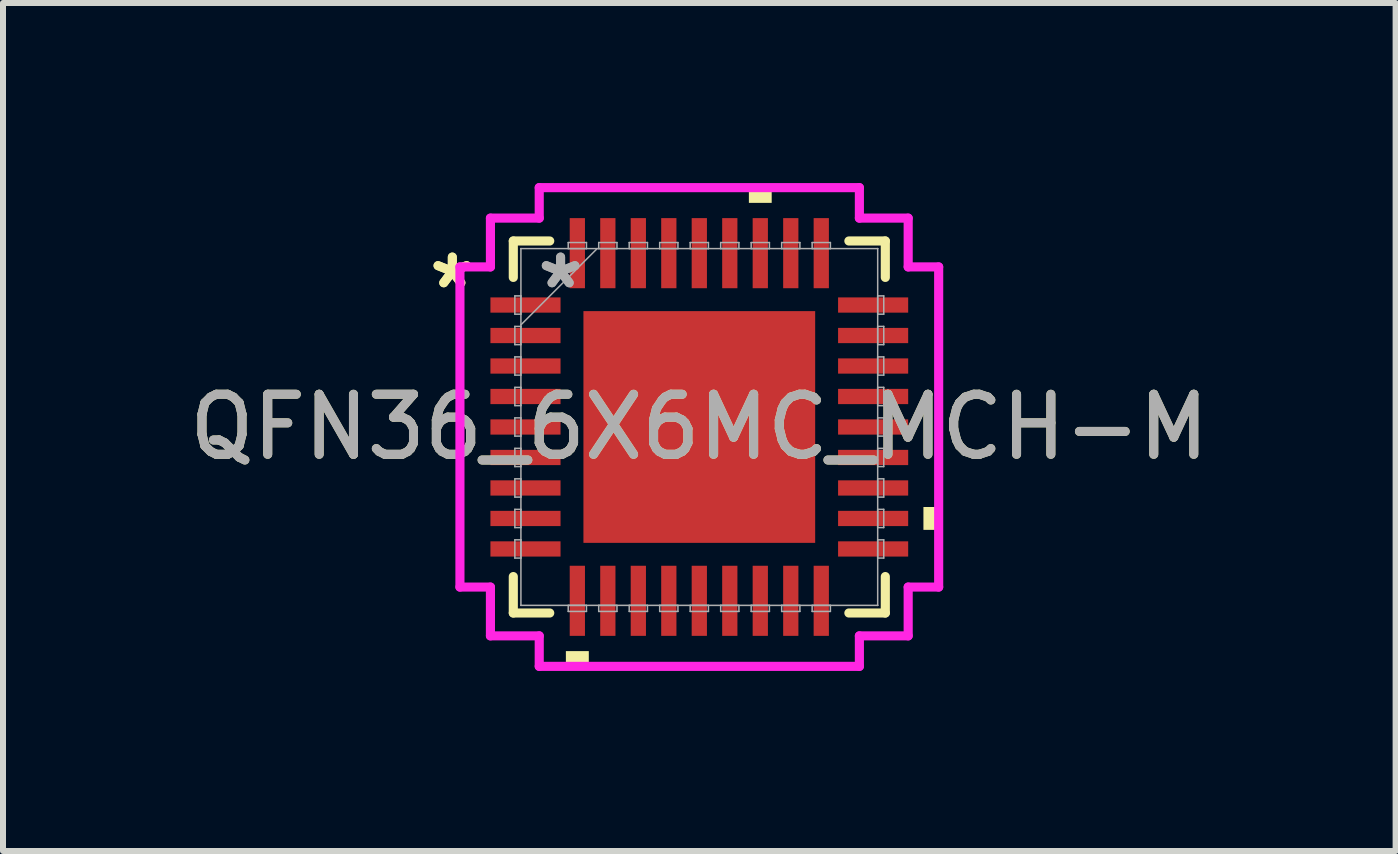
<source format=kicad_pcb>
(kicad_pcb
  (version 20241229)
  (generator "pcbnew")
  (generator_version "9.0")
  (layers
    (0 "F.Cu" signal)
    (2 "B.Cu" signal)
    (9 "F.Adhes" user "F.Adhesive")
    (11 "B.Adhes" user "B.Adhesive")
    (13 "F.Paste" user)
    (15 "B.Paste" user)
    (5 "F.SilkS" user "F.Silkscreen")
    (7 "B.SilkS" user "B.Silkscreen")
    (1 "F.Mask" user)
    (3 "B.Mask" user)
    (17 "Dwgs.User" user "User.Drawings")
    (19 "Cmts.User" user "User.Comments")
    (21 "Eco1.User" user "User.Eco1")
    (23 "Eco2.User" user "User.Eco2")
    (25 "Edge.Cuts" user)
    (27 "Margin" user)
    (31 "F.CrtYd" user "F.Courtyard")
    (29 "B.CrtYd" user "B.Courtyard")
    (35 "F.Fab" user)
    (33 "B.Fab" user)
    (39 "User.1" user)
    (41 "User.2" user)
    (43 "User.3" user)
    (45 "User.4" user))
  (footprint "QFN36_6X6MC_MCH-M"
    (layer "F.Cu")
    (at 8.601 4.064)
    (property "Reference" "QFN36_6X6MC_MCH-M" (at 0 0 0) (unlocked yes) (layer "F.SilkS") (effects (font (size 1 1) (thickness 0.15))))
    (attr smd)
    (fp_poly (pts (xy -1.994 -1.994) (xy -1.381 -1.994) (xy -1.381 1.994) (xy -1.994 1.994)) (stroke (width 0) (type solid)) (fill yes) (layer "F.Mask"))
    (fp_poly (pts (xy -1.994 -1.994) (xy 1.994 -1.994) (xy 1.994 -1.381) (xy -1.994 -1.381)) (stroke (width 0) (type solid)) (fill yes) (layer "F.Mask"))
    (fp_poly (pts (xy -1.994 -0.981) (xy 1.994 -0.981) (xy 1.994 -0.594) (xy -1.994 -0.594)) (stroke (width 0) (type solid)) (fill yes) (layer "F.Mask"))
    (fp_poly (pts (xy -1.994 -0.194) (xy 1.994 -0.194) (xy 1.994 0.194) (xy -1.994 0.194)) (stroke (width 0) (type solid)) (fill yes) (layer "F.Mask"))
    (fp_poly (pts (xy -1.994 0.594) (xy 1.994 0.594) (xy 1.994 0.981) (xy -1.994 0.981)) (stroke (width 0) (type solid)) (fill yes) (layer "F.Mask"))
    (fp_poly (pts (xy -1.994 1.381) (xy 1.994 1.381) (xy 1.994 1.994) (xy -1.994 1.994)) (stroke (width 0) (type solid)) (fill yes) (layer "F.Mask"))
    (fp_poly (pts (xy -0.594 -1.994) (xy -0.981 -1.994) (xy -0.981 1.994) (xy -0.594 1.994)) (stroke (width 0) (type solid)) (fill yes) (layer "F.Mask"))
    (fp_poly (pts (xy 0.194 -1.994) (xy -0.194 -1.994) (xy -0.194 1.994) (xy 0.194 1.994)) (stroke (width 0) (type solid)) (fill yes) (layer "F.Mask"))
    (fp_poly (pts (xy 0.981 -1.994) (xy 0.594 -1.994) (xy 0.594 1.994) (xy 0.981 1.994)) (stroke (width 0) (type solid)) (fill yes) (layer "F.Mask"))
    (fp_poly (pts (xy 1.381 -1.994) (xy 1.994 -1.994) (xy 1.994 1.994) (xy 1.381 1.994)) (stroke (width 0) (type solid)) (fill yes) (layer "F.Mask"))
    (fp_line (start -3.099 -3.099) (end -3.099 -2.492) (stroke (width 0.152) (type solid)) (layer "F.SilkS"))
    (fp_line (start -3.099 2.492) (end -3.099 3.099) (stroke (width 0.152) (type solid)) (layer "F.SilkS"))
    (fp_line (start -3.099 3.099) (end -2.492 3.099) (stroke (width 0.152) (type solid)) (layer "F.SilkS"))
    (fp_line (start -2.492 -3.099) (end -3.099 -3.099) (stroke (width 0.152) (type solid)) (layer "F.SilkS"))
    (fp_line (start 2.492 3.099) (end 3.099 3.099) (stroke (width 0.152) (type solid)) (layer "F.SilkS"))
    (fp_line (start 3.099 -3.099) (end 2.492 -3.099) (stroke (width 0.152) (type solid)) (layer "F.SilkS"))
    (fp_line (start 3.099 -2.492) (end 3.099 -3.099) (stroke (width 0.152) (type solid)) (layer "F.SilkS"))
    (fp_line (start 3.099 3.099) (end 3.099 2.492) (stroke (width 0.152) (type solid)) (layer "F.SilkS"))
    (fp_poly (pts (xy -2.223 3.734) (xy -2.223 3.988) (xy -1.841 3.988) (xy -1.841 3.734)) (stroke (width 0) (type solid)) (fill yes) (layer "F.SilkS"))
    (fp_poly (pts (xy 0.826 -3.734) (xy 0.826 -3.988) (xy 1.206 -3.988) (xy 1.206 -3.734)) (stroke (width 0) (type solid)) (fill yes) (layer "F.SilkS"))
    (fp_poly (pts (xy 3.988 1.333) (xy 3.988 1.714) (xy 3.734 1.714) (xy 3.734 1.333)) (stroke (width 0) (type solid)) (fill yes) (layer "F.SilkS"))
    (fp_poly (pts (xy -1.855 -1.855) (xy -1.855 -1.281) (xy -1.423 -1.281) (xy -1.281 -1.423) (xy -1.281 -1.855)) (stroke (width 0) (type solid)) (fill yes) (layer "F.Paste"))
    (fp_poly (pts (xy -1.855 1.281) (xy -1.855 1.855) (xy -1.281 1.855) (xy -1.281 1.423) (xy -1.423 1.281)) (stroke (width 0) (type solid)) (fill yes) (layer "F.Paste"))
    (fp_poly (pts (xy 1.281 -1.855) (xy 1.281 -1.423) (xy 1.423 -1.281) (xy 1.855 -1.281) (xy 1.855 -1.855)) (stroke (width 0) (type solid)) (fill yes) (layer "F.Paste"))
    (fp_poly (pts (xy 1.423 1.281) (xy 1.281 1.423) (xy 1.281 1.855) (xy 1.855 1.855) (xy 1.855 1.281)) (stroke (width 0) (type solid)) (fill yes) (layer "F.Paste"))
    (fp_poly (pts (xy -1.855 -1.081) (xy -1.855 -0.494) (xy -1.423 -0.494) (xy -1.281 -0.635) (xy -1.281 -0.94) (xy -1.423 -1.081)) (stroke (width 0) (type solid)) (fill yes) (layer "F.Paste"))
    (fp_poly (pts (xy -1.855 -0.294) (xy -1.855 0.294) (xy -1.423 0.294) (xy -1.281 0.152) (xy -1.281 -0.152) (xy -1.423 -0.294)) (stroke (width 0) (type solid)) (fill yes) (layer "F.Paste"))
    (fp_poly (pts (xy -1.855 0.494) (xy -1.855 1.081) (xy -1.423 1.081) (xy -1.281 0.94) (xy -1.281 0.635) (xy -1.423 0.494)) (stroke (width 0) (type solid)) (fill yes) (layer "F.Paste"))
    (fp_poly (pts (xy -1.081 -1.855) (xy -1.081 -1.423) (xy -0.94 -1.281) (xy -0.635 -1.281) (xy -0.494 -1.423) (xy -0.494 -1.855)) (stroke (width 0) (type solid)) (fill yes) (layer "F.Paste"))
    (fp_poly (pts (xy -0.94 1.281) (xy -1.081 1.423) (xy -1.081 1.855) (xy -0.494 1.855) (xy -0.494 1.423) (xy -0.635 1.281)) (stroke (width 0) (type solid)) (fill yes) (layer "F.Paste"))
    (fp_poly (pts (xy -0.294 -1.855) (xy -0.294 -1.423) (xy -0.152 -1.281) (xy 0.152 -1.281) (xy 0.294 -1.423) (xy 0.294 -1.855)) (stroke (width 0) (type solid)) (fill yes) (layer "F.Paste"))
    (fp_poly (pts (xy -0.152 1.281) (xy -0.294 1.423) (xy -0.294 1.855) (xy 0.294 1.855) (xy 0.294 1.423) (xy 0.152 1.281)) (stroke (width 0) (type solid)) (fill yes) (layer "F.Paste"))
    (fp_poly (pts (xy 0.494 -1.855) (xy 0.494 -1.423) (xy 0.635 -1.281) (xy 0.94 -1.281) (xy 1.081 -1.423) (xy 1.081 -1.855)) (stroke (width 0) (type solid)) (fill yes) (layer "F.Paste"))
    (fp_poly (pts (xy 0.635 1.281) (xy 0.494 1.423) (xy 0.494 1.855) (xy 1.081 1.855) (xy 1.081 1.423) (xy 0.94 1.281)) (stroke (width 0) (type solid)) (fill yes) (layer "F.Paste"))
    (fp_poly (pts (xy 1.423 -1.081) (xy 1.281 -0.94) (xy 1.281 -0.635) (xy 1.423 -0.494) (xy 1.855 -0.494) (xy 1.855 -1.081)) (stroke (width 0) (type solid)) (fill yes) (layer "F.Paste"))
    (fp_poly (pts (xy 1.423 -0.294) (xy 1.281 -0.152) (xy 1.281 0.152) (xy 1.423 0.294) (xy 1.855 0.294) (xy 1.855 -0.294)) (stroke (width 0) (type solid)) (fill yes) (layer "F.Paste"))
    (fp_poly (pts (xy 1.423 0.494) (xy 1.281 0.635) (xy 1.281 0.94) (xy 1.423 1.081) (xy 1.855 1.081) (xy 1.855 0.494)) (stroke (width 0) (type solid)) (fill yes) (layer "F.Paste"))
    (fp_poly (pts (xy -0.94 -1.081) (xy -1.081 -0.94) (xy -1.081 -0.635) (xy -0.94 -0.494) (xy -0.635 -0.494) (xy -0.494 -0.635) (xy -0.494 -0.94) (xy -0.635 -1.081)) (stroke (width 0) (type solid)) (fill yes) (layer "F.Paste"))
    (fp_poly (pts (xy -0.94 -0.294) (xy -1.081 -0.152) (xy -1.081 0.152) (xy -0.94 0.294) (xy -0.635 0.294) (xy -0.494 0.152) (xy -0.494 -0.152) (xy -0.635 -0.294)) (stroke (width 0) (type solid)) (fill yes) (layer "F.Paste"))
    (fp_poly (pts (xy -0.94 0.494) (xy -1.081 0.635) (xy -1.081 0.94) (xy -0.94 1.081) (xy -0.635 1.081) (xy -0.494 0.94) (xy -0.494 0.635) (xy -0.635 0.494)) (stroke (width 0) (type solid)) (fill yes) (layer "F.Paste"))
    (fp_poly (pts (xy -0.152 -1.081) (xy -0.294 -0.94) (xy -0.294 -0.635) (xy -0.152 -0.494) (xy 0.152 -0.494) (xy 0.294 -0.635) (xy 0.294 -0.94) (xy 0.152 -1.081)) (stroke (width 0) (type solid)) (fill yes) (layer "F.Paste"))
    (fp_poly (pts (xy -0.152 -0.294) (xy -0.294 -0.152) (xy -0.294 0.152) (xy -0.152 0.294) (xy 0.152 0.294) (xy 0.294 0.152) (xy 0.294 -0.152) (xy 0.152 -0.294)) (stroke (width 0) (type solid)) (fill yes) (layer "F.Paste"))
    (fp_poly (pts (xy -0.152 0.494) (xy -0.294 0.635) (xy -0.294 0.94) (xy -0.152 1.081) (xy 0.152 1.081) (xy 0.294 0.94) (xy 0.294 0.635) (xy 0.152 0.494)) (stroke (width 0) (type solid)) (fill yes) (layer "F.Paste"))
    (fp_poly (pts (xy 0.635 -1.081) (xy 0.494 -0.94) (xy 0.494 -0.635) (xy 0.635 -0.494) (xy 0.94 -0.494) (xy 1.081 -0.635) (xy 1.081 -0.94) (xy 0.94 -1.081)) (stroke (width 0) (type solid)) (fill yes) (layer "F.Paste"))
    (fp_poly (pts (xy 0.635 -0.294) (xy 0.494 -0.152) (xy 0.494 0.152) (xy 0.635 0.294) (xy 0.94 0.294) (xy 1.081 0.152) (xy 1.081 -0.152) (xy 0.94 -0.294)) (stroke (width 0) (type solid)) (fill yes) (layer "F.Paste"))
    (fp_poly (pts (xy 0.635 0.494) (xy 0.494 0.635) (xy 0.494 0.94) (xy 0.635 1.081) (xy 0.94 1.081) (xy 1.081 0.94) (xy 1.081 0.635) (xy 0.94 0.494)) (stroke (width 0) (type solid)) (fill yes) (layer "F.Paste"))
    (fp_circle (center -1.181 -1.181) (end -0.8 -1.181) (stroke (width 0.254) (type solid)) (fill no) (layer "Eco1.User"))
    (fp_circle (center -1.181 -0.394) (end -0.8 -0.394) (stroke (width 0.254) (type solid)) (fill no) (layer "Eco1.User"))
    (fp_circle (center -1.181 0.394) (end -0.8 0.394) (stroke (width 0.254) (type solid)) (fill no) (layer "Eco1.User"))
    (fp_circle (center -1.181 1.181) (end -0.8 1.181) (stroke (width 0.254) (type solid)) (fill no) (layer "Eco1.User"))
    (fp_circle (center -0.394 -1.181) (end -0.013 -1.181) (stroke (width 0.254) (type solid)) (fill no) (layer "Eco1.User"))
    (fp_circle (center -0.394 -0.394) (end -0.013 -0.394) (stroke (width 0.254) (type solid)) (fill no) (layer "Eco1.User"))
    (fp_circle (center -0.394 0.394) (end -0.013 0.394) (stroke (width 0.254) (type solid)) (fill no) (layer "Eco1.User"))
    (fp_circle (center -0.394 1.181) (end -0.013 1.181) (stroke (width 0.254) (type solid)) (fill no) (layer "Eco1.User"))
    (fp_circle (center 0.394 -1.181) (end 0.775 -1.181) (stroke (width 0.254) (type solid)) (fill no) (layer "Eco1.User"))
    (fp_circle (center 0.394 -0.394) (end 0.775 -0.394) (stroke (width 0.254) (type solid)) (fill no) (layer "Eco1.User"))
    (fp_circle (center 0.394 0.394) (end 0.775 0.394) (stroke (width 0.254) (type solid)) (fill no) (layer "Eco1.User"))
    (fp_circle (center 0.394 1.181) (end 0.775 1.181) (stroke (width 0.254) (type solid)) (fill no) (layer "Eco1.User"))
    (fp_circle (center 1.181 -1.181) (end 1.562 -1.181) (stroke (width 0.254) (type solid)) (fill no) (layer "Eco1.User"))
    (fp_circle (center 1.181 -0.394) (end 1.562 -0.394) (stroke (width 0.254) (type solid)) (fill no) (layer "Eco1.User"))
    (fp_circle (center 1.181 0.394) (end 1.562 0.394) (stroke (width 0.254) (type solid)) (fill no) (layer "Eco1.User"))
    (fp_circle (center 1.181 1.181) (end 1.562 1.181) (stroke (width 0.254) (type solid)) (fill no) (layer "Eco1.User"))
    (fp_line (start -3.988 -2.667) (end -3.48 -2.667) (stroke (width 0.152) (type solid)) (layer "F.CrtYd"))
    (fp_line (start -3.988 2.667) (end -3.988 -2.667) (stroke (width 0.152) (type solid)) (layer "F.CrtYd"))
    (fp_line (start -3.48 -3.48) (end -2.667 -3.48) (stroke (width 0.152) (type solid)) (layer "F.CrtYd"))
    (fp_line (start -3.48 -2.667) (end -3.48 -3.48) (stroke (width 0.152) (type solid)) (layer "F.CrtYd"))
    (fp_line (start -3.48 2.667) (end -3.988 2.667) (stroke (width 0.152) (type solid)) (layer "F.CrtYd"))
    (fp_line (start -3.48 3.48) (end -3.48 2.667) (stroke (width 0.152) (type solid)) (layer "F.CrtYd"))
    (fp_line (start -2.667 -3.988) (end 2.667 -3.988) (stroke (width 0.152) (type solid)) (layer "F.CrtYd"))
    (fp_line (start -2.667 -3.48) (end -2.667 -3.988) (stroke (width 0.152) (type solid)) (layer "F.CrtYd"))
    (fp_line (start -2.667 3.48) (end -3.48 3.48) (stroke (width 0.152) (type solid)) (layer "F.CrtYd"))
    (fp_line (start -2.667 3.988) (end -2.667 3.48) (stroke (width 0.152) (type solid)) (layer "F.CrtYd"))
    (fp_line (start 2.667 -3.988) (end 2.667 -3.48) (stroke (width 0.152) (type solid)) (layer "F.CrtYd"))
    (fp_line (start 2.667 -3.48) (end 3.48 -3.48) (stroke (width 0.152) (type solid)) (layer "F.CrtYd"))
    (fp_line (start 2.667 3.48) (end 2.667 3.988) (stroke (width 0.152) (type solid)) (layer "F.CrtYd"))
    (fp_line (start 2.667 3.988) (end -2.667 3.988) (stroke (width 0.152) (type solid)) (layer "F.CrtYd"))
    (fp_line (start 3.48 -3.48) (end 3.48 -2.667) (stroke (width 0.152) (type solid)) (layer "F.CrtYd"))
    (fp_line (start 3.48 -2.667) (end 3.988 -2.667) (stroke (width 0.152) (type solid)) (layer "F.CrtYd"))
    (fp_line (start 3.48 2.667) (end 3.48 3.48) (stroke (width 0.152) (type solid)) (layer "F.CrtYd"))
    (fp_line (start 3.48 3.48) (end 2.667 3.48) (stroke (width 0.152) (type solid)) (layer "F.CrtYd"))
    (fp_line (start 3.988 -2.667) (end 3.988 2.667) (stroke (width 0.152) (type solid)) (layer "F.CrtYd"))
    (fp_line (start 3.988 2.667) (end 3.48 2.667) (stroke (width 0.152) (type solid)) (layer "F.CrtYd"))
    (fp_line (start -3.073 -2.184) (end -3.073 -1.88) (stroke (width 0.025) (type solid)) (layer "F.Fab"))
    (fp_line (start -3.073 -1.88) (end -2.972 -1.88) (stroke (width 0.025) (type solid)) (layer "F.Fab"))
    (fp_line (start -3.073 -1.676) (end -3.073 -1.372) (stroke (width 0.025) (type solid)) (layer "F.Fab"))
    (fp_line (start -3.073 -1.372) (end -2.972 -1.372) (stroke (width 0.025) (type solid)) (layer "F.Fab"))
    (fp_line (start -3.073 -1.168) (end -3.073 -0.864) (stroke (width 0.025) (type solid)) (layer "F.Fab"))
    (fp_line (start -3.073 -0.864) (end -2.972 -0.864) (stroke (width 0.025) (type solid)) (layer "F.Fab"))
    (fp_line (start -3.073 -0.66) (end -3.073 -0.356) (stroke (width 0.025) (type solid)) (layer "F.Fab"))
    (fp_line (start -3.073 -0.356) (end -2.972 -0.356) (stroke (width 0.025) (type solid)) (layer "F.Fab"))
    (fp_line (start -3.073 -0.152) (end -3.073 0.152) (stroke (width 0.025) (type solid)) (layer "F.Fab"))
    (fp_line (start -3.073 0.152) (end -2.972 0.152) (stroke (width 0.025) (type solid)) (layer "F.Fab"))
    (fp_line (start -3.073 0.356) (end -3.073 0.66) (stroke (width 0.025) (type solid)) (layer "F.Fab"))
    (fp_line (start -3.073 0.66) (end -2.972 0.66) (stroke (width 0.025) (type solid)) (layer "F.Fab"))
    (fp_line (start -3.073 0.864) (end -3.073 1.168) (stroke (width 0.025) (type solid)) (layer "F.Fab"))
    (fp_line (start -3.073 1.168) (end -2.972 1.168) (stroke (width 0.025) (type solid)) (layer "F.Fab"))
    (fp_line (start -3.073 1.372) (end -3.073 1.676) (stroke (width 0.025) (type solid)) (layer "F.Fab"))
    (fp_line (start -3.073 1.676) (end -2.972 1.676) (stroke (width 0.025) (type solid)) (layer "F.Fab"))
    (fp_line (start -3.073 1.88) (end -3.073 2.184) (stroke (width 0.025) (type solid)) (layer "F.Fab"))
    (fp_line (start -3.073 2.184) (end -2.972 2.184) (stroke (width 0.025) (type solid)) (layer "F.Fab"))
    (fp_line (start -2.972 -2.972) (end -2.972 -2.972) (stroke (width 0.025) (type solid)) (layer "F.Fab"))
    (fp_line (start -2.972 -2.972) (end -2.972 2.972) (stroke (width 0.025) (type solid)) (layer "F.Fab"))
    (fp_line (start -2.972 -2.184) (end -3.073 -2.184) (stroke (width 0.025) (type solid)) (layer "F.Fab"))
    (fp_line (start -2.972 -1.88) (end -2.972 -2.184) (stroke (width 0.025) (type solid)) (layer "F.Fab"))
    (fp_line (start -2.972 -1.702) (end -1.702 -2.972) (stroke (width 0.025) (type solid)) (layer "F.Fab"))
    (fp_line (start -2.972 -1.676) (end -3.073 -1.676) (stroke (width 0.025) (type solid)) (layer "F.Fab"))
    (fp_line (start -2.972 -1.372) (end -2.972 -1.676) (stroke (width 0.025) (type solid)) (layer "F.Fab"))
    (fp_line (start -2.972 -1.168) (end -3.073 -1.168) (stroke (width 0.025) (type solid)) (layer "F.Fab"))
    (fp_line (start -2.972 -0.864) (end -2.972 -1.168) (stroke (width 0.025) (type solid)) (layer "F.Fab"))
    (fp_line (start -2.972 -0.66) (end -3.073 -0.66) (stroke (width 0.025) (type solid)) (layer "F.Fab"))
    (fp_line (start -2.972 -0.356) (end -2.972 -0.66) (stroke (width 0.025) (type solid)) (layer "F.Fab"))
    (fp_line (start -2.972 -0.152) (end -3.073 -0.152) (stroke (width 0.025) (type solid)) (layer "F.Fab"))
    (fp_line (start -2.972 0.152) (end -2.972 -0.152) (stroke (width 0.025) (type solid)) (layer "F.Fab"))
    (fp_line (start -2.972 0.356) (end -3.073 0.356) (stroke (width 0.025) (type solid)) (layer "F.Fab"))
    (fp_line (start -2.972 0.66) (end -2.972 0.356) (stroke (width 0.025) (type solid)) (layer "F.Fab"))
    (fp_line (start -2.972 0.864) (end -3.073 0.864) (stroke (width 0.025) (type solid)) (layer "F.Fab"))
    (fp_line (start -2.972 1.168) (end -2.972 0.864) (stroke (width 0.025) (type solid)) (layer "F.Fab"))
    (fp_line (start -2.972 1.372) (end -3.073 1.372) (stroke (width 0.025) (type solid)) (layer "F.Fab"))
    (fp_line (start -2.972 1.676) (end -2.972 1.372) (stroke (width 0.025) (type solid)) (layer "F.Fab"))
    (fp_line (start -2.972 1.88) (end -3.073 1.88) (stroke (width 0.025) (type solid)) (layer "F.Fab"))
    (fp_line (start -2.972 2.184) (end -2.972 1.88) (stroke (width 0.025) (type solid)) (layer "F.Fab"))
    (fp_line (start -2.972 2.972) (end -2.972 2.972) (stroke (width 0.025) (type solid)) (layer "F.Fab"))
    (fp_line (start -2.972 2.972) (end 2.972 2.972) (stroke (width 0.025) (type solid)) (layer "F.Fab"))
    (fp_line (start -2.184 -3.073) (end -2.184 -2.972) (stroke (width 0.025) (type solid)) (layer "F.Fab"))
    (fp_line (start -2.184 -2.972) (end -1.88 -2.972) (stroke (width 0.025) (type solid)) (layer "F.Fab"))
    (fp_line (start -2.184 2.972) (end -2.184 3.073) (stroke (width 0.025) (type solid)) (layer "F.Fab"))
    (fp_line (start -2.184 3.073) (end -1.88 3.073) (stroke (width 0.025) (type solid)) (layer "F.Fab"))
    (fp_line (start -1.88 -3.073) (end -2.184 -3.073) (stroke (width 0.025) (type solid)) (layer "F.Fab"))
    (fp_line (start -1.88 -2.972) (end -1.88 -3.073) (stroke (width 0.025) (type solid)) (layer "F.Fab"))
    (fp_line (start -1.88 2.972) (end -2.184 2.972) (stroke (width 0.025) (type solid)) (layer "F.Fab"))
    (fp_line (start -1.88 3.073) (end -1.88 2.972) (stroke (width 0.025) (type solid)) (layer "F.Fab"))
    (fp_line (start -1.676 -3.073) (end -1.676 -2.972) (stroke (width 0.025) (type solid)) (layer "F.Fab"))
    (fp_line (start -1.676 -2.972) (end -1.372 -2.972) (stroke (width 0.025) (type solid)) (layer "F.Fab"))
    (fp_line (start -1.676 2.972) (end -1.676 3.073) (stroke (width 0.025) (type solid)) (layer "F.Fab"))
    (fp_line (start -1.676 3.073) (end -1.372 3.073) (stroke (width 0.025) (type solid)) (layer "F.Fab"))
    (fp_line (start -1.372 -3.073) (end -1.676 -3.073) (stroke (width 0.025) (type solid)) (layer "F.Fab"))
    (fp_line (start -1.372 -2.972) (end -1.372 -3.073) (stroke (width 0.025) (type solid)) (layer "F.Fab"))
    (fp_line (start -1.372 2.972) (end -1.676 2.972) (stroke (width 0.025) (type solid)) (layer "F.Fab"))
    (fp_line (start -1.372 3.073) (end -1.372 2.972) (stroke (width 0.025) (type solid)) (layer "F.Fab"))
    (fp_line (start -1.168 -3.073) (end -1.168 -2.972) (stroke (width 0.025) (type solid)) (layer "F.Fab"))
    (fp_line (start -1.168 -2.972) (end -0.864 -2.972) (stroke (width 0.025) (type solid)) (layer "F.Fab"))
    (fp_line (start -1.168 2.972) (end -1.168 3.073) (stroke (width 0.025) (type solid)) (layer "F.Fab"))
    (fp_line (start -1.168 3.073) (end -0.864 3.073) (stroke (width 0.025) (type solid)) (layer "F.Fab"))
    (fp_line (start -0.864 -3.073) (end -1.168 -3.073) (stroke (width 0.025) (type solid)) (layer "F.Fab"))
    (fp_line (start -0.864 -2.972) (end -0.864 -3.073) (stroke (width 0.025) (type solid)) (layer "F.Fab"))
    (fp_line (start -0.864 2.972) (end -1.168 2.972) (stroke (width 0.025) (type solid)) (layer "F.Fab"))
    (fp_line (start -0.864 3.073) (end -0.864 2.972) (stroke (width 0.025) (type solid)) (layer "F.Fab"))
    (fp_line (start -0.66 -3.073) (end -0.66 -2.972) (stroke (width 0.025) (type solid)) (layer "F.Fab"))
    (fp_line (start -0.66 -2.972) (end -0.356 -2.972) (stroke (width 0.025) (type solid)) (layer "F.Fab"))
    (fp_line (start -0.66 2.972) (end -0.66 3.073) (stroke (width 0.025) (type solid)) (layer "F.Fab"))
    (fp_line (start -0.66 3.073) (end -0.356 3.073) (stroke (width 0.025) (type solid)) (layer "F.Fab"))
    (fp_line (start -0.356 -3.073) (end -0.66 -3.073) (stroke (width 0.025) (type solid)) (layer "F.Fab"))
    (fp_line (start -0.356 -2.972) (end -0.356 -3.073) (stroke (width 0.025) (type solid)) (layer "F.Fab"))
    (fp_line (start -0.356 2.972) (end -0.66 2.972) (stroke (width 0.025) (type solid)) (layer "F.Fab"))
    (fp_line (start -0.356 3.073) (end -0.356 2.972) (stroke (width 0.025) (type solid)) (layer "F.Fab"))
    (fp_line (start -0.152 -3.073) (end -0.152 -2.972) (stroke (width 0.025) (type solid)) (layer "F.Fab"))
    (fp_line (start -0.152 -2.972) (end 0.152 -2.972) (stroke (width 0.025) (type solid)) (layer "F.Fab"))
    (fp_line (start -0.152 2.972) (end -0.152 3.073) (stroke (width 0.025) (type solid)) (layer "F.Fab"))
    (fp_line (start -0.152 3.073) (end 0.152 3.073) (stroke (width 0.025) (type solid)) (layer "F.Fab"))
    (fp_line (start 0.152 -3.073) (end -0.152 -3.073) (stroke (width 0.025) (type solid)) (layer "F.Fab"))
    (fp_line (start 0.152 -2.972) (end 0.152 -3.073) (stroke (width 0.025) (type solid)) (layer "F.Fab"))
    (fp_line (start 0.152 2.972) (end -0.152 2.972) (stroke (width 0.025) (type solid)) (layer "F.Fab"))
    (fp_line (start 0.152 3.073) (end 0.152 2.972) (stroke (width 0.025) (type solid)) (layer "F.Fab"))
    (fp_line (start 0.356 -3.073) (end 0.356 -2.972) (stroke (width 0.025) (type solid)) (layer "F.Fab"))
    (fp_line (start 0.356 -2.972) (end 0.66 -2.972) (stroke (width 0.025) (type solid)) (layer "F.Fab"))
    (fp_line (start 0.356 2.972) (end 0.356 3.073) (stroke (width 0.025) (type solid)) (layer "F.Fab"))
    (fp_line (start 0.356 3.073) (end 0.66 3.073) (stroke (width 0.025) (type solid)) (layer "F.Fab"))
    (fp_line (start 0.66 -3.073) (end 0.356 -3.073) (stroke (width 0.025) (type solid)) (layer "F.Fab"))
    (fp_line (start 0.66 -2.972) (end 0.66 -3.073) (stroke (width 0.025) (type solid)) (layer "F.Fab"))
    (fp_line (start 0.66 2.972) (end 0.356 2.972) (stroke (width 0.025) (type solid)) (layer "F.Fab"))
    (fp_line (start 0.66 3.073) (end 0.66 2.972) (stroke (width 0.025) (type solid)) (layer "F.Fab"))
    (fp_line (start 0.864 -3.073) (end 0.864 -2.972) (stroke (width 0.025) (type solid)) (layer "F.Fab"))
    (fp_line (start 0.864 -2.972) (end 1.168 -2.972) (stroke (width 0.025) (type solid)) (layer "F.Fab"))
    (fp_line (start 0.864 2.972) (end 0.864 3.073) (stroke (width 0.025) (type solid)) (layer "F.Fab"))
    (fp_line (start 0.864 3.073) (end 1.168 3.073) (stroke (width 0.025) (type solid)) (layer "F.Fab"))
    (fp_line (start 1.168 -3.073) (end 0.864 -3.073) (stroke (width 0.025) (type solid)) (layer "F.Fab"))
    (fp_line (start 1.168 -2.972) (end 1.168 -3.073) (stroke (width 0.025) (type solid)) (layer "F.Fab"))
    (fp_line (start 1.168 2.972) (end 0.864 2.972) (stroke (width 0.025) (type solid)) (layer "F.Fab"))
    (fp_line (start 1.168 3.073) (end 1.168 2.972) (stroke (width 0.025) (type solid)) (layer "F.Fab"))
    (fp_line (start 1.372 -3.073) (end 1.372 -2.972) (stroke (width 0.025) (type solid)) (layer "F.Fab"))
    (fp_line (start 1.372 -2.972) (end 1.676 -2.972) (stroke (width 0.025) (type solid)) (layer "F.Fab"))
    (fp_line (start 1.372 2.972) (end 1.372 3.073) (stroke (width 0.025) (type solid)) (layer "F.Fab"))
    (fp_line (start 1.372 3.073) (end 1.676 3.073) (stroke (width 0.025) (type solid)) (layer "F.Fab"))
    (fp_line (start 1.676 -3.073) (end 1.372 -3.073) (stroke (width 0.025) (type solid)) (layer "F.Fab"))
    (fp_line (start 1.676 -2.972) (end 1.676 -3.073) (stroke (width 0.025) (type solid)) (layer "F.Fab"))
    (fp_line (start 1.676 2.972) (end 1.372 2.972) (stroke (width 0.025) (type solid)) (layer "F.Fab"))
    (fp_line (start 1.676 3.073) (end 1.676 2.972) (stroke (width 0.025) (type solid)) (layer "F.Fab"))
    (fp_line (start 1.88 -3.073) (end 1.88 -2.972) (stroke (width 0.025) (type solid)) (layer "F.Fab"))
    (fp_line (start 1.88 -2.972) (end 2.184 -2.972) (stroke (width 0.025) (type solid)) (layer "F.Fab"))
    (fp_line (start 1.88 2.972) (end 1.88 3.073) (stroke (width 0.025) (type solid)) (layer "F.Fab"))
    (fp_line (start 1.88 3.073) (end 2.184 3.073) (stroke (width 0.025) (type solid)) (layer "F.Fab"))
    (fp_line (start 2.184 -3.073) (end 1.88 -3.073) (stroke (width 0.025) (type solid)) (layer "F.Fab"))
    (fp_line (start 2.184 -2.972) (end 2.184 -3.073) (stroke (width 0.025) (type solid)) (layer "F.Fab"))
    (fp_line (start 2.184 2.972) (end 1.88 2.972) (stroke (width 0.025) (type solid)) (layer "F.Fab"))
    (fp_line (start 2.184 3.073) (end 2.184 2.972) (stroke (width 0.025) (type solid)) (layer "F.Fab"))
    (fp_line (start 2.972 -2.972) (end -2.972 -2.972) (stroke (width 0.025) (type solid)) (layer "F.Fab"))
    (fp_line (start 2.972 -2.972) (end 2.972 -2.972) (stroke (width 0.025) (type solid)) (layer "F.Fab"))
    (fp_line (start 2.972 -2.184) (end 2.972 -1.88) (stroke (width 0.025) (type solid)) (layer "F.Fab"))
    (fp_line (start 2.972 -1.88) (end 3.073 -1.88) (stroke (width 0.025) (type solid)) (layer "F.Fab"))
    (fp_line (start 2.972 -1.676) (end 2.972 -1.372) (stroke (width 0.025) (type solid)) (layer "F.Fab"))
    (fp_line (start 2.972 -1.372) (end 3.073 -1.372) (stroke (width 0.025) (type solid)) (layer "F.Fab"))
    (fp_line (start 2.972 -1.168) (end 2.972 -0.864) (stroke (width 0.025) (type solid)) (layer "F.Fab"))
    (fp_line (start 2.972 -0.864) (end 3.073 -0.864) (stroke (width 0.025) (type solid)) (layer "F.Fab"))
    (fp_line (start 2.972 -0.66) (end 2.972 -0.356) (stroke (width 0.025) (type solid)) (layer "F.Fab"))
    (fp_line (start 2.972 -0.356) (end 3.073 -0.356) (stroke (width 0.025) (type solid)) (layer "F.Fab"))
    (fp_line (start 2.972 -0.152) (end 2.972 0.152) (stroke (width 0.025) (type solid)) (layer "F.Fab"))
    (fp_line (start 2.972 0.152) (end 3.073 0.152) (stroke (width 0.025) (type solid)) (layer "F.Fab"))
    (fp_line (start 2.972 0.356) (end 2.972 0.66) (stroke (width 0.025) (type solid)) (layer "F.Fab"))
    (fp_line (start 2.972 0.66) (end 3.073 0.66) (stroke (width 0.025) (type solid)) (layer "F.Fab"))
    (fp_line (start 2.972 0.864) (end 2.972 1.168) (stroke (width 0.025) (type solid)) (layer "F.Fab"))
    (fp_line (start 2.972 1.168) (end 3.073 1.168) (stroke (width 0.025) (type solid)) (layer "F.Fab"))
    (fp_line (start 2.972 1.372) (end 2.972 1.676) (stroke (width 0.025) (type solid)) (layer "F.Fab"))
    (fp_line (start 2.972 1.676) (end 3.073 1.676) (stroke (width 0.025) (type solid)) (layer "F.Fab"))
    (fp_line (start 2.972 1.88) (end 2.972 2.184) (stroke (width 0.025) (type solid)) (layer "F.Fab"))
    (fp_line (start 2.972 2.184) (end 3.073 2.184) (stroke (width 0.025) (type solid)) (layer "F.Fab"))
    (fp_line (start 2.972 2.972) (end 2.972 -2.972) (stroke (width 0.025) (type solid)) (layer "F.Fab"))
    (fp_line (start 2.972 2.972) (end 2.972 2.972) (stroke (width 0.025) (type solid)) (layer "F.Fab"))
    (fp_line (start 3.073 -2.184) (end 2.972 -2.184) (stroke (width 0.025) (type solid)) (layer "F.Fab"))
    (fp_line (start 3.073 -1.88) (end 3.073 -2.184) (stroke (width 0.025) (type solid)) (layer "F.Fab"))
    (fp_line (start 3.073 -1.676) (end 2.972 -1.676) (stroke (width 0.025) (type solid)) (layer "F.Fab"))
    (fp_line (start 3.073 -1.372) (end 3.073 -1.676) (stroke (width 0.025) (type solid)) (layer "F.Fab"))
    (fp_line (start 3.073 -1.168) (end 2.972 -1.168) (stroke (width 0.025) (type solid)) (layer "F.Fab"))
    (fp_line (start 3.073 -0.864) (end 3.073 -1.168) (stroke (width 0.025) (type solid)) (layer "F.Fab"))
    (fp_line (start 3.073 -0.66) (end 2.972 -0.66) (stroke (width 0.025) (type solid)) (layer "F.Fab"))
    (fp_line (start 3.073 -0.356) (end 3.073 -0.66) (stroke (width 0.025) (type solid)) (layer "F.Fab"))
    (fp_line (start 3.073 -0.152) (end 2.972 -0.152) (stroke (width 0.025) (type solid)) (layer "F.Fab"))
    (fp_line (start 3.073 0.152) (end 3.073 -0.152) (stroke (width 0.025) (type solid)) (layer "F.Fab"))
    (fp_line (start 3.073 0.356) (end 2.972 0.356) (stroke (width 0.025) (type solid)) (layer "F.Fab"))
    (fp_line (start 3.073 0.66) (end 3.073 0.356) (stroke (width 0.025) (type solid)) (layer "F.Fab"))
    (fp_line (start 3.073 0.864) (end 2.972 0.864) (stroke (width 0.025) (type solid)) (layer "F.Fab"))
    (fp_line (start 3.073 1.168) (end 3.073 0.864) (stroke (width 0.025) (type solid)) (layer "F.Fab"))
    (fp_line (start 3.073 1.372) (end 2.972 1.372) (stroke (width 0.025) (type solid)) (layer "F.Fab"))
    (fp_line (start 3.073 1.676) (end 3.073 1.372) (stroke (width 0.025) (type solid)) (layer "F.Fab"))
    (fp_line (start 3.073 1.88) (end 2.972 1.88) (stroke (width 0.025) (type solid)) (layer "F.Fab"))
    (fp_line (start 3.073 2.184) (end 3.073 1.88) (stroke (width 0.025) (type solid)) (layer "F.Fab"))
    (fp_text user "*" (at -4.115 -2.286 0) (layer "F.SilkS") (effects (font (size 1 1) (thickness 0.15))))
    (fp_text user "*" (at -4.115 -2.286 0) (unlocked yes) (layer "F.SilkS") (effects (font (size 1 1) (thickness 0.15))))
    (fp_text user "*" (at -2.311 -2.286 0) (unlocked yes) (layer "F.Fab") (effects (font (size 1 1) (thickness 0.15))))
    (fp_text user "${REFERENCE}" (at 0 0 0) (unlocked yes) (layer "F.Fab") (effects (font (size 1 1) (thickness 0.15))))
    (fp_text user "*" (at -2.311 -2.286 0) (layer "F.Fab") (effects (font (size 1 1) (thickness 0.15))))
    (pad "1" smd rect (at -2.896 -2.032 90) (size 0.254 1.168) (layers "F.Cu" "F.Mask" "F.Paste"))
    (pad "2" smd rect (at -2.896 -1.524 90) (size 0.254 1.168) (layers "F.Cu" "F.Mask" "F.Paste"))
    (pad "3" smd rect (at -2.896 -1.016 90) (size 0.254 1.168) (layers "F.Cu" "F.Mask" "F.Paste"))
    (pad "4" smd rect (at -2.896 -0.508 90) (size 0.254 1.168) (layers "F.Cu" "F.Mask" "F.Paste"))
    (pad "5" smd rect (at -2.896 0 90) (size 0.254 1.168) (layers "F.Cu" "F.Mask" "F.Paste"))
    (pad "6" smd rect (at -2.896 0.508 90) (size 0.254 1.168) (layers "F.Cu" "F.Mask" "F.Paste"))
    (pad "7" smd rect (at -2.896 1.016 90) (size 0.254 1.168) (layers "F.Cu" "F.Mask" "F.Paste"))
    (pad "8" smd rect (at -2.896 1.524 90) (size 0.254 1.168) (layers "F.Cu" "F.Mask" "F.Paste"))
    (pad "9" smd rect (at -2.896 2.032 90) (size 0.254 1.168) (layers "F.Cu" "F.Mask" "F.Paste"))
    (pad "10" smd rect (at -2.032 2.896) (size 0.254 1.168) (layers "F.Cu" "F.Mask" "F.Paste"))
    (pad "11" smd rect (at -1.524 2.896) (size 0.254 1.168) (layers "F.Cu" "F.Mask" "F.Paste"))
    (pad "12" smd rect (at -1.016 2.896) (size 0.254 1.168) (layers "F.Cu" "F.Mask" "F.Paste"))
    (pad "13" smd rect (at -0.508 2.896) (size 0.254 1.168) (layers "F.Cu" "F.Mask" "F.Paste"))
    (pad "14" smd rect (at 0 2.896) (size 0.254 1.168) (layers "F.Cu" "F.Mask" "F.Paste"))
    (pad "15" smd rect (at 0.508 2.896) (size 0.254 1.168) (layers "F.Cu" "F.Mask" "F.Paste"))
    (pad "16" smd rect (at 1.016 2.896) (size 0.254 1.168) (layers "F.Cu" "F.Mask" "F.Paste"))
    (pad "17" smd rect (at 1.524 2.896) (size 0.254 1.168) (layers "F.Cu" "F.Mask" "F.Paste"))
    (pad "18" smd rect (at 2.032 2.896) (size 0.254 1.168) (layers "F.Cu" "F.Mask" "F.Paste"))
    (pad "19" smd rect (at 2.896 2.032 90) (size 0.254 1.168) (layers "F.Cu" "F.Mask" "F.Paste"))
    (pad "20" smd rect (at 2.896 1.524 90) (size 0.254 1.168) (layers "F.Cu" "F.Mask" "F.Paste"))
    (pad "21" smd rect (at 2.896 1.016 90) (size 0.254 1.168) (layers "F.Cu" "F.Mask" "F.Paste"))
    (pad "22" smd rect (at 2.896 0.508 90) (size 0.254 1.168) (layers "F.Cu" "F.Mask" "F.Paste"))
    (pad "23" smd rect (at 2.896 0 90) (size 0.254 1.168) (layers "F.Cu" "F.Mask" "F.Paste"))
    (pad "24" smd rect (at 2.896 -0.508 90) (size 0.254 1.168) (layers "F.Cu" "F.Mask" "F.Paste"))
    (pad "25" smd rect (at 2.896 -1.016 90) (size 0.254 1.168) (layers "F.Cu" "F.Mask" "F.Paste"))
    (pad "26" smd rect (at 2.896 -1.524 90) (size 0.254 1.168) (layers "F.Cu" "F.Mask" "F.Paste"))
    (pad "27" smd rect (at 2.896 -2.032 90) (size 0.254 1.168) (layers "F.Cu" "F.Mask" "F.Paste"))
    (pad "28" smd rect (at 2.032 -2.896) (size 0.254 1.168) (layers "F.Cu" "F.Mask" "F.Paste"))
    (pad "29" smd rect (at 1.524 -2.896) (size 0.254 1.168) (layers "F.Cu" "F.Mask" "F.Paste"))
    (pad "30" smd rect (at 1.016 -2.896) (size 0.254 1.168) (layers "F.Cu" "F.Mask" "F.Paste"))
    (pad "31" smd rect (at 0.508 -2.896) (size 0.254 1.168) (layers "F.Cu" "F.Mask" "F.Paste"))
    (pad "32" smd rect (at 0 -2.896) (size 0.254 1.168) (layers "F.Cu" "F.Mask" "F.Paste"))
    (pad "33" smd rect (at -0.508 -2.896) (size 0.254 1.168) (layers "F.Cu" "F.Mask" "F.Paste"))
    (pad "34" smd rect (at -1.016 -2.896) (size 0.254 1.168) (layers "F.Cu" "F.Mask" "F.Paste"))
    (pad "35" smd rect (at -1.524 -2.896) (size 0.254 1.168) (layers "F.Cu" "F.Mask" "F.Paste"))
    (pad "36" smd rect (at -2.032 -2.896) (size 0.254 1.168) (layers "F.Cu" "F.Mask" "F.Paste"))
    (pad "37" smd rect (at 0 0) (size 3.861 3.861) (layers "F.Cu")))
  (gr_rect
    (start -3 -3)
    (end 20.202 11.128)
    (stroke (width 0.1) (type default))
    (fill no)
    (layer "Edge.Cuts")))
</source>
